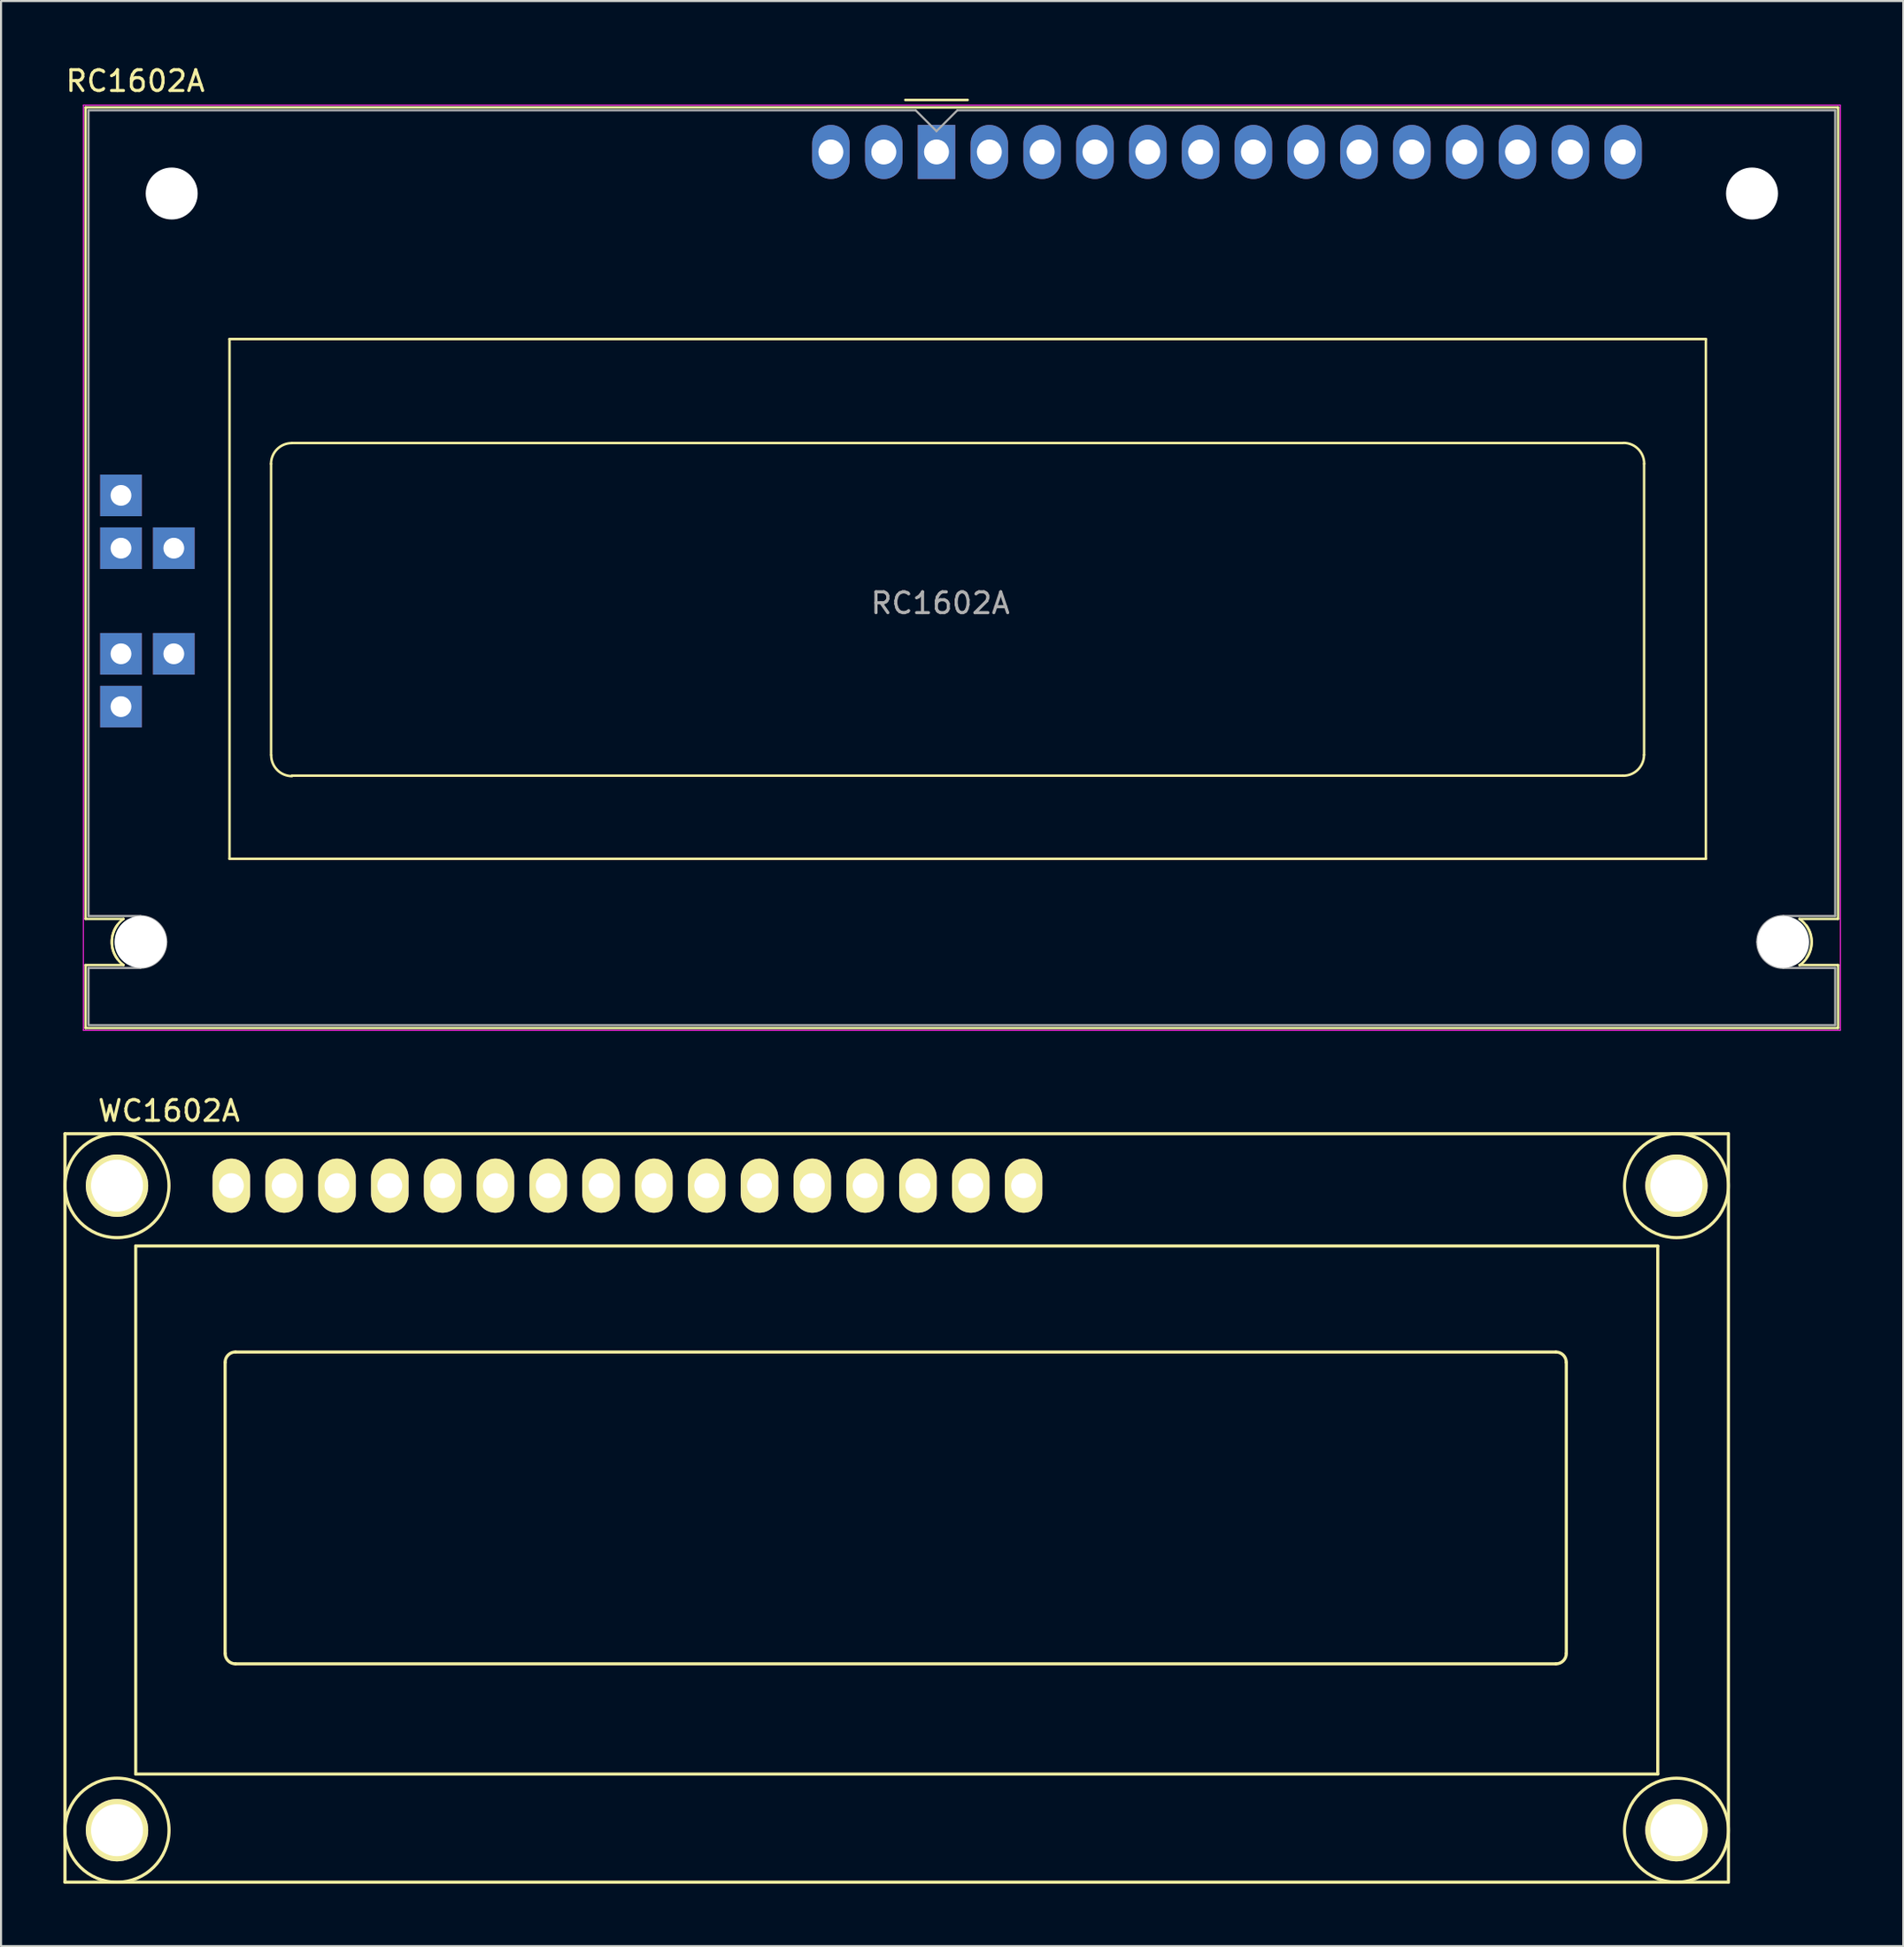
<source format=kicad_pcb>
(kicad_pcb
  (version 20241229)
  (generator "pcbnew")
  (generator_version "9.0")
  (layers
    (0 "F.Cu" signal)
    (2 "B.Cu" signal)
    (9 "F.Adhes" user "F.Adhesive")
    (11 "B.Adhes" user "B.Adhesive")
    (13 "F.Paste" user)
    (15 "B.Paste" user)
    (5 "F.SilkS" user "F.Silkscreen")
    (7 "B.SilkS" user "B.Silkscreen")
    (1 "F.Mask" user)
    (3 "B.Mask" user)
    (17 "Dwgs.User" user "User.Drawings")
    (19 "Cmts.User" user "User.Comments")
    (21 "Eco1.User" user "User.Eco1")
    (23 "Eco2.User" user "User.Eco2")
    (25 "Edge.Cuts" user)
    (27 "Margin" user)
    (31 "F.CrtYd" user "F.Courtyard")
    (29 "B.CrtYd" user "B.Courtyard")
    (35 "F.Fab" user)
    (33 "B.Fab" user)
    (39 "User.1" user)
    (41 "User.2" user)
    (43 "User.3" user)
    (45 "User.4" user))
  (footprint "WC1602A"
    (layer "F.Cu")
    (at 8.076 53.981)
    (property "Reference" "WC1602A" (at -3 -3.599 0) (layer "F.SilkS") (effects (font (size 1 1) (thickness 0.15))))
    (attr through_hole)
    (fp_line (start -8.001 -2.499) (end 71.999 -2.499) (stroke (width 0.15) (type solid)) (layer "F.SilkS"))
    (fp_line (start -8.001 33.5) (end -8.001 -2.499) (stroke (width 0.15) (type solid)) (layer "F.SilkS"))
    (fp_line (start -4.6 2.901) (end 68.6 2.901) (stroke (width 0.15) (type solid)) (layer "F.SilkS"))
    (fp_line (start -4.6 28.301) (end -4.6 2.901) (stroke (width 0.15) (type solid)) (layer "F.SilkS"))
    (fp_line (start -0.3 22.499) (end -0.3 8.499) (stroke (width 0.15) (type solid)) (layer "F.SilkS"))
    (fp_line (start 0.201 8.001) (end 63.701 8.001) (stroke (width 0.15) (type solid)) (layer "F.SilkS"))
    (fp_line (start 63.701 23) (end 0.201 23) (stroke (width 0.15) (type solid)) (layer "F.SilkS"))
    (fp_line (start 64.201 8.499) (end 64.201 22.499) (stroke (width 0.15) (type solid)) (layer "F.SilkS"))
    (fp_line (start 68.6 2.901) (end 68.6 28.301) (stroke (width 0.15) (type solid)) (layer "F.SilkS"))
    (fp_line (start 68.6 28.301) (end -4.6 28.301) (stroke (width 0.15) (type solid)) (layer "F.SilkS"))
    (fp_line (start 71.999 -2.499) (end 71.999 33.5) (stroke (width 0.15) (type solid)) (layer "F.SilkS"))
    (fp_line (start 71.999 33.5) (end -8.001 33.5) (stroke (width 0.15) (type solid)) (layer "F.SilkS"))
    (fp_arc (start -0.29972 8.49884) (mid -0.153162 8.145018) (end 0.20066 7.99846) (stroke (width 0.15) (type solid)) (layer "F.SilkS"))
    (fp_arc (start 0.20066 22.9997) (mid -0.153162 22.853142) (end -0.29972 22.49932) (stroke (width 0.15) (type solid)) (layer "F.SilkS"))
    (fp_arc (start 63.70066 8.001) (mid 64.052686 8.146814) (end 64.1985 8.49884) (stroke (width 0.15) (type solid)) (layer "F.SilkS"))
    (fp_arc (start 64.20104 22.49932) (mid 64.054482 22.853142) (end 63.70066 22.9997) (stroke (width 0.15) (type solid)) (layer "F.SilkS"))
    (fp_circle (center -5.499 0) (end -3 0) (stroke (width 0.15) (type solid)) (fill no) (layer "F.SilkS"))
    (fp_circle (center -5.499 31.001) (end -8.001 31.001) (stroke (width 0.15) (type solid)) (fill no) (layer "F.SilkS"))
    (fp_circle (center 69.499 0) (end 71.999 0) (stroke (width 0.15) (type solid)) (fill no) (layer "F.SilkS"))
    (fp_circle (center 69.499 31.001) (end 71.999 31.001) (stroke (width 0.15) (type solid)) (fill no) (layer "F.SilkS"))
    (pad "0" thru_hole circle (at -5.499 0) (size 3 3) (drill 2.5) (layers "*.Cu" "*.Mask" "F.SilkS"))
    (pad "0" thru_hole circle (at -5.499 31.001) (size 3 3) (drill 2.5) (layers "*.Cu" "*.Mask" "F.SilkS"))
    (pad "0" thru_hole circle (at 69.499 0) (size 3 3) (drill 2.5) (layers "*.Cu" "*.Mask" "F.SilkS"))
    (pad "0" thru_hole circle (at 69.499 31.001) (size 3 3) (drill 2.5) (layers "*.Cu" "*.Mask" "F.SilkS"))
    (pad "1" thru_hole oval (at 0 0) (size 1.8 2.6) (drill 1.2) (layers "*.Cu" "*.Mask" "F.SilkS"))
    (pad "2" thru_hole oval (at 2.54 0) (size 1.8 2.6) (drill 1.2) (layers "*.Cu" "*.Mask" "F.SilkS"))
    (pad "3" thru_hole oval (at 5.08 0) (size 1.8 2.6) (drill 1.2) (layers "*.Cu" "*.Mask" "F.SilkS"))
    (pad "4" thru_hole oval (at 7.62 0) (size 1.8 2.6) (drill 1.2) (layers "*.Cu" "*.Mask" "F.SilkS"))
    (pad "5" thru_hole oval (at 10.16 0) (size 1.8 2.6) (drill 1.2) (layers "*.Cu" "*.Mask" "F.SilkS"))
    (pad "6" thru_hole oval (at 12.7 0) (size 1.8 2.6) (drill 1.2) (layers "*.Cu" "*.Mask" "F.SilkS"))
    (pad "7" thru_hole oval (at 15.24 0) (size 1.8 2.6) (drill 1.2) (layers "*.Cu" "*.Mask" "F.SilkS"))
    (pad "8" thru_hole oval (at 17.78 0) (size 1.8 2.6) (drill 1.2) (layers "*.Cu" "*.Mask" "F.SilkS"))
    (pad "9" thru_hole oval (at 20.32 0) (size 1.8 2.6) (drill 1.2) (layers "*.Cu" "*.Mask" "F.SilkS"))
    (pad "10" thru_hole oval (at 22.86 0) (size 1.8 2.6) (drill 1.2) (layers "*.Cu" "*.Mask" "F.SilkS"))
    (pad "11" thru_hole oval (at 25.4 0) (size 1.8 2.6) (drill 1.2) (layers "*.Cu" "*.Mask" "F.SilkS"))
    (pad "12" thru_hole oval (at 27.94 0) (size 1.8 2.6) (drill 1.2) (layers "*.Cu" "*.Mask" "F.SilkS"))
    (pad "13" thru_hole oval (at 30.48 0) (size 1.8 2.6) (drill 1.2) (layers "*.Cu" "*.Mask" "F.SilkS"))
    (pad "14" thru_hole oval (at 33.02 0) (size 1.8 2.6) (drill 1.2) (layers "*.Cu" "*.Mask" "F.SilkS"))
    (pad "15" thru_hole oval (at 35.56 0) (size 1.8 2.6) (drill 1.2) (layers "*.Cu" "*.Mask" "F.SilkS"))
    (pad "16" thru_hole oval (at 38.1 0) (size 1.8 2.6) (drill 1.2) (layers "*.Cu" "*.Mask" "F.SilkS")))
  (footprint "RC1602A"
    (layer "F.Cu")
    (at 41.988 4.258)
    (property "Reference" "RC1602A" (at -38.53 -3.41 180) (layer "F.SilkS") (effects (font (size 1 1) (thickness 0.15))))
    (attr through_hole)
    (fp_line (start -40.92 -2.14) (end 43.36 -2.14) (stroke (width 0.12) (type solid)) (layer "F.SilkS"))
    (fp_line (start -40.92 36.89) (end -40.92 -2.14) (stroke (width 0.12) (type solid)) (layer "F.SilkS"))
    (fp_line (start -40.92 36.89) (end -39.1 36.89) (stroke (width 0.12) (type solid)) (layer "F.SilkS"))
    (fp_line (start -40.92 39.11) (end -39.1 39.11) (stroke (width 0.12) (type solid)) (layer "F.SilkS"))
    (fp_line (start -40.92 42.14) (end -40.92 39.11) (stroke (width 0.12) (type solid)) (layer "F.SilkS"))
    (fp_line (start -34 9) (end 37 9) (stroke (width 0.12) (type solid)) (layer "F.SilkS"))
    (fp_line (start -34 34) (end -34 9) (stroke (width 0.12) (type solid)) (layer "F.SilkS"))
    (fp_line (start -32 29) (end -32 15) (stroke (width 0.12) (type solid)) (layer "F.SilkS"))
    (fp_line (start -31 14) (end 33 14) (stroke (width 0.12) (type solid)) (layer "F.SilkS"))
    (fp_line (start -1.5 -2.5) (end 1.5 -2.5) (stroke (width 0.12) (type solid)) (layer "F.SilkS"))
    (fp_line (start 33 30) (end -31 30) (stroke (width 0.12) (type solid)) (layer "F.SilkS"))
    (fp_line (start 34.03 15) (end 34.03 29) (stroke (width 0.12) (type solid)) (layer "F.SilkS"))
    (fp_line (start 37 9) (end 37 34) (stroke (width 0.12) (type solid)) (layer "F.SilkS"))
    (fp_line (start 37 34) (end -34 34) (stroke (width 0.12) (type solid)) (layer "F.SilkS"))
    (fp_line (start 41.5 39.11) (end 43.36 39.11) (stroke (width 0.12) (type solid)) (layer "F.SilkS"))
    (fp_line (start 43.36 -2.14) (end 43.36 36.89) (stroke (width 0.12) (type solid)) (layer "F.SilkS"))
    (fp_line (start 43.36 36.89) (end 41.5 36.89) (stroke (width 0.12) (type solid)) (layer "F.SilkS"))
    (fp_line (start 43.36 39.11) (end 43.36 42.14) (stroke (width 0.12) (type solid)) (layer "F.SilkS"))
    (fp_line (start 43.36 42.14) (end -40.92 42.14) (stroke (width 0.12) (type solid)) (layer "F.SilkS"))
    (fp_arc (start -39.39 38.82) (mid -39.644716 37.794939) (end -39.1 36.89) (stroke (width 0.12) (type solid)) (layer "F.SilkS"))
    (fp_arc (start -39.1 39.11) (mid -39.644716 38.205061) (end -39.39 37.18) (stroke (width 0.12) (type solid)) (layer "F.SilkS"))
    (fp_arc (start -32.00286 15.00246) (mid -31.710488 14.296612) (end -31.00464 14.00424) (stroke (width 0.12) (type solid)) (layer "F.SilkS"))
    (fp_arc (start -30.99464 30.0237) (mid -31.702284 29.730584) (end -31.9954 29.02294) (stroke (width 0.12) (type solid)) (layer "F.SilkS"))
    (fp_arc (start 33.03574 13.99424) (mid 33.741588 14.286612) (end 34.03396 14.99246) (stroke (width 0.12) (type solid)) (layer "F.SilkS"))
    (fp_arc (start 34.0265 29.00294) (mid 33.733384 29.710584) (end 33.02574 30.0037) (stroke (width 0.12) (type solid)) (layer "F.SilkS"))
    (fp_arc (start 41.5 36.89) (mid 42.059361 37.759584) (end 41.84 38.77) (stroke (width 0.12) (type solid)) (layer "F.SilkS"))
    (fp_arc (start 41.84 37.21) (mid 42.070574 38.233345) (end 41.51 39.12) (stroke (width 0.12) (type solid)) (layer "F.SilkS"))
    (fp_line (start -41.03 -2.25) (end 43.47 -2.25) (stroke (width 0.05) (type solid)) (layer "F.CrtYd"))
    (fp_line (start -41.03 42.25) (end -41.03 -2.25) (stroke (width 0.05) (type solid)) (layer "F.CrtYd"))
    (fp_line (start -41.03 42.25) (end 43.47 42.25) (stroke (width 0.05) (type solid)) (layer "F.CrtYd"))
    (fp_line (start 43.47 42.25) (end 43.47 -2.25) (stroke (width 0.05) (type solid)) (layer "F.CrtYd"))
    (fp_line (start -40.78 -2) (end -1 -2) (stroke (width 0.1) (type solid)) (layer "F.Fab"))
    (fp_line (start -40.78 36.75) (end -40.78 -2) (stroke (width 0.1) (type solid)) (layer "F.Fab"))
    (fp_line (start -40.78 36.75) (end -38.28 36.75) (stroke (width 0.1) (type solid)) (layer "F.Fab"))
    (fp_line (start -40.78 39.25) (end -38.28 39.25) (stroke (width 0.1) (type solid)) (layer "F.Fab"))
    (fp_line (start -40.78 41.99) (end -40.78 39.25) (stroke (width 0.1) (type solid)) (layer "F.Fab"))
    (fp_line (start -1 -2) (end 0 -1) (stroke (width 0.1) (type solid)) (layer "F.Fab"))
    (fp_line (start 0 -1) (end 1 -2) (stroke (width 0.1) (type solid)) (layer "F.Fab"))
    (fp_line (start 1 -2) (end 43.22 -2) (stroke (width 0.1) (type solid)) (layer "F.Fab"))
    (fp_line (start 40.72 39.25) (end 43.22 39.25) (stroke (width 0.1) (type solid)) (layer "F.Fab"))
    (fp_line (start 43.22 -2) (end 43.22 36.75) (stroke (width 0.1) (type solid)) (layer "F.Fab"))
    (fp_line (start 43.22 36.75) (end 40.72 36.75) (stroke (width 0.1) (type solid)) (layer "F.Fab"))
    (fp_line (start 43.22 39.25) (end 43.22 42) (stroke (width 0.1) (type solid)) (layer "F.Fab"))
    (fp_line (start 43.22 42) (end -40.78 42) (stroke (width 0.1) (type solid)) (layer "F.Fab"))
    (fp_arc (start -38.28 36.76) (mid -37.403188 37.123188) (end -37.04 38) (stroke (width 0.1) (type solid)) (layer "F.Fab"))
    (fp_arc (start -37.04 38) (mid -37.403188 38.876812) (end -38.28 39.24) (stroke (width 0.1) (type solid)) (layer "F.Fab"))
    (fp_arc (start 39.47 37.99) (mid 39.843188 37.109045) (end 40.73 36.75) (stroke (width 0.1) (type solid)) (layer "F.Fab"))
    (fp_arc (start 40.73 39.25) (mid 39.843188 38.890955) (end 39.47 38.01) (stroke (width 0.1) (type solid)) (layer "F.Fab"))
    (fp_text user "${REFERENCE}" (at 0.185 21.705 0) (layer "F.Fab") (effects (font (size 1 1) (thickness 0.15))))
    (pad "" np_thru_hole circle (at -38.28 38 180) (size 2.5 2.5) (drill 2.5) (layers "*.Cu" "*.Mask"))
    (pad "" np_thru_hole circle (at -36.78 2 180) (size 2.5 2.5) (drill 2.5) (layers "*.Cu" "*.Mask"))
    (pad "" np_thru_hole circle (at 39.22 2 180) (size 2.5 2.5) (drill 2.5) (layers "*.Cu" "*.Mask"))
    (pad "" np_thru_hole circle (at 40.72 38 180) (size 2.5 2.5) (drill 2.5) (layers "*.Cu" "*.Mask"))
    (pad "1" thru_hole rect (at 0 0 180) (size 1.8 2.6) (drill 1.2) (layers "*.Cu" "*.Mask"))
    (pad "2" thru_hole oval (at 2.54 0 180) (size 1.8 2.6) (drill 1.2) (layers "*.Cu" "*.Mask"))
    (pad "3" thru_hole oval (at 5.08 0 180) (size 1.8 2.6) (drill 1.2) (layers "*.Cu" "*.Mask"))
    (pad "4" thru_hole oval (at 7.62 0 180) (size 1.8 2.6) (drill 1.2) (layers "*.Cu" "*.Mask"))
    (pad "5" thru_hole oval (at 10.16 0 180) (size 1.8 2.6) (drill 1.2) (layers "*.Cu" "*.Mask"))
    (pad "6" thru_hole oval (at 12.7 0 180) (size 1.8 2.6) (drill 1.2) (layers "*.Cu" "*.Mask"))
    (pad "7" thru_hole oval (at 15.24 0 180) (size 1.8 2.6) (drill 1.2) (layers "*.Cu" "*.Mask"))
    (pad "8" thru_hole oval (at 17.78 0 180) (size 1.8 2.6) (drill 1.2) (layers "*.Cu" "*.Mask"))
    (pad "9" thru_hole oval (at 20.32 0 180) (size 1.8 2.6) (drill 1.2) (layers "*.Cu" "*.Mask"))
    (pad "10" thru_hole oval (at 22.86 0 180) (size 1.8 2.6) (drill 1.2) (layers "*.Cu" "*.Mask"))
    (pad "11" thru_hole oval (at 25.4 0 180) (size 1.8 2.6) (drill 1.2) (layers "*.Cu" "*.Mask"))
    (pad "12" thru_hole oval (at 27.94 0 180) (size 1.8 2.6) (drill 1.2) (layers "*.Cu" "*.Mask"))
    (pad "13" thru_hole oval (at 30.485 0.003 180) (size 1.8 2.6) (drill 1.2) (layers "*.Cu" "*.Mask"))
    (pad "14" thru_hole oval (at 33.02 0 180) (size 1.8 2.6) (drill 1.2) (layers "*.Cu" "*.Mask"))
    (pad "15" thru_hole oval (at -5.08 0 180) (size 1.8 2.6) (drill 1.2) (layers "*.Cu" "*.Mask"))
    (pad "16" thru_hole oval (at -2.535 0.003 180) (size 1.8 2.6) (drill 1.2) (layers "*.Cu" "*.Mask"))
    (pad "A" thru_hole rect (at -39.22 24.14 180) (size 2 2) (drill 1) (layers "*.Cu" "*.Mask"))
    (pad "A" thru_hole rect (at -39.22 26.68 180) (size 2 2) (drill 1) (layers "*.Cu" "*.Mask"))
    (pad "A" thru_hole rect (at -36.68 24.14 180) (size 2 2) (drill 1) (layers "*.Cu" "*.Mask"))
    (pad "K" thru_hole rect (at -39.22 16.52 180) (size 2 2) (drill 1) (layers "*.Cu" "*.Mask"))
    (pad "K" thru_hole rect (at -39.22 19.06 180) (size 2 2) (drill 1) (layers "*.Cu" "*.Mask"))
    (pad "K" thru_hole rect (at -36.68 19.06 180) (size 2 2) (drill 1) (layers "*.Cu" "*.Mask")))
  (gr_rect
    (start -3 -3)
    (end 88.483 90.558)
    (stroke (width 0.1) (type default))
    (fill no)
    (layer "Edge.Cuts")))
</source>
